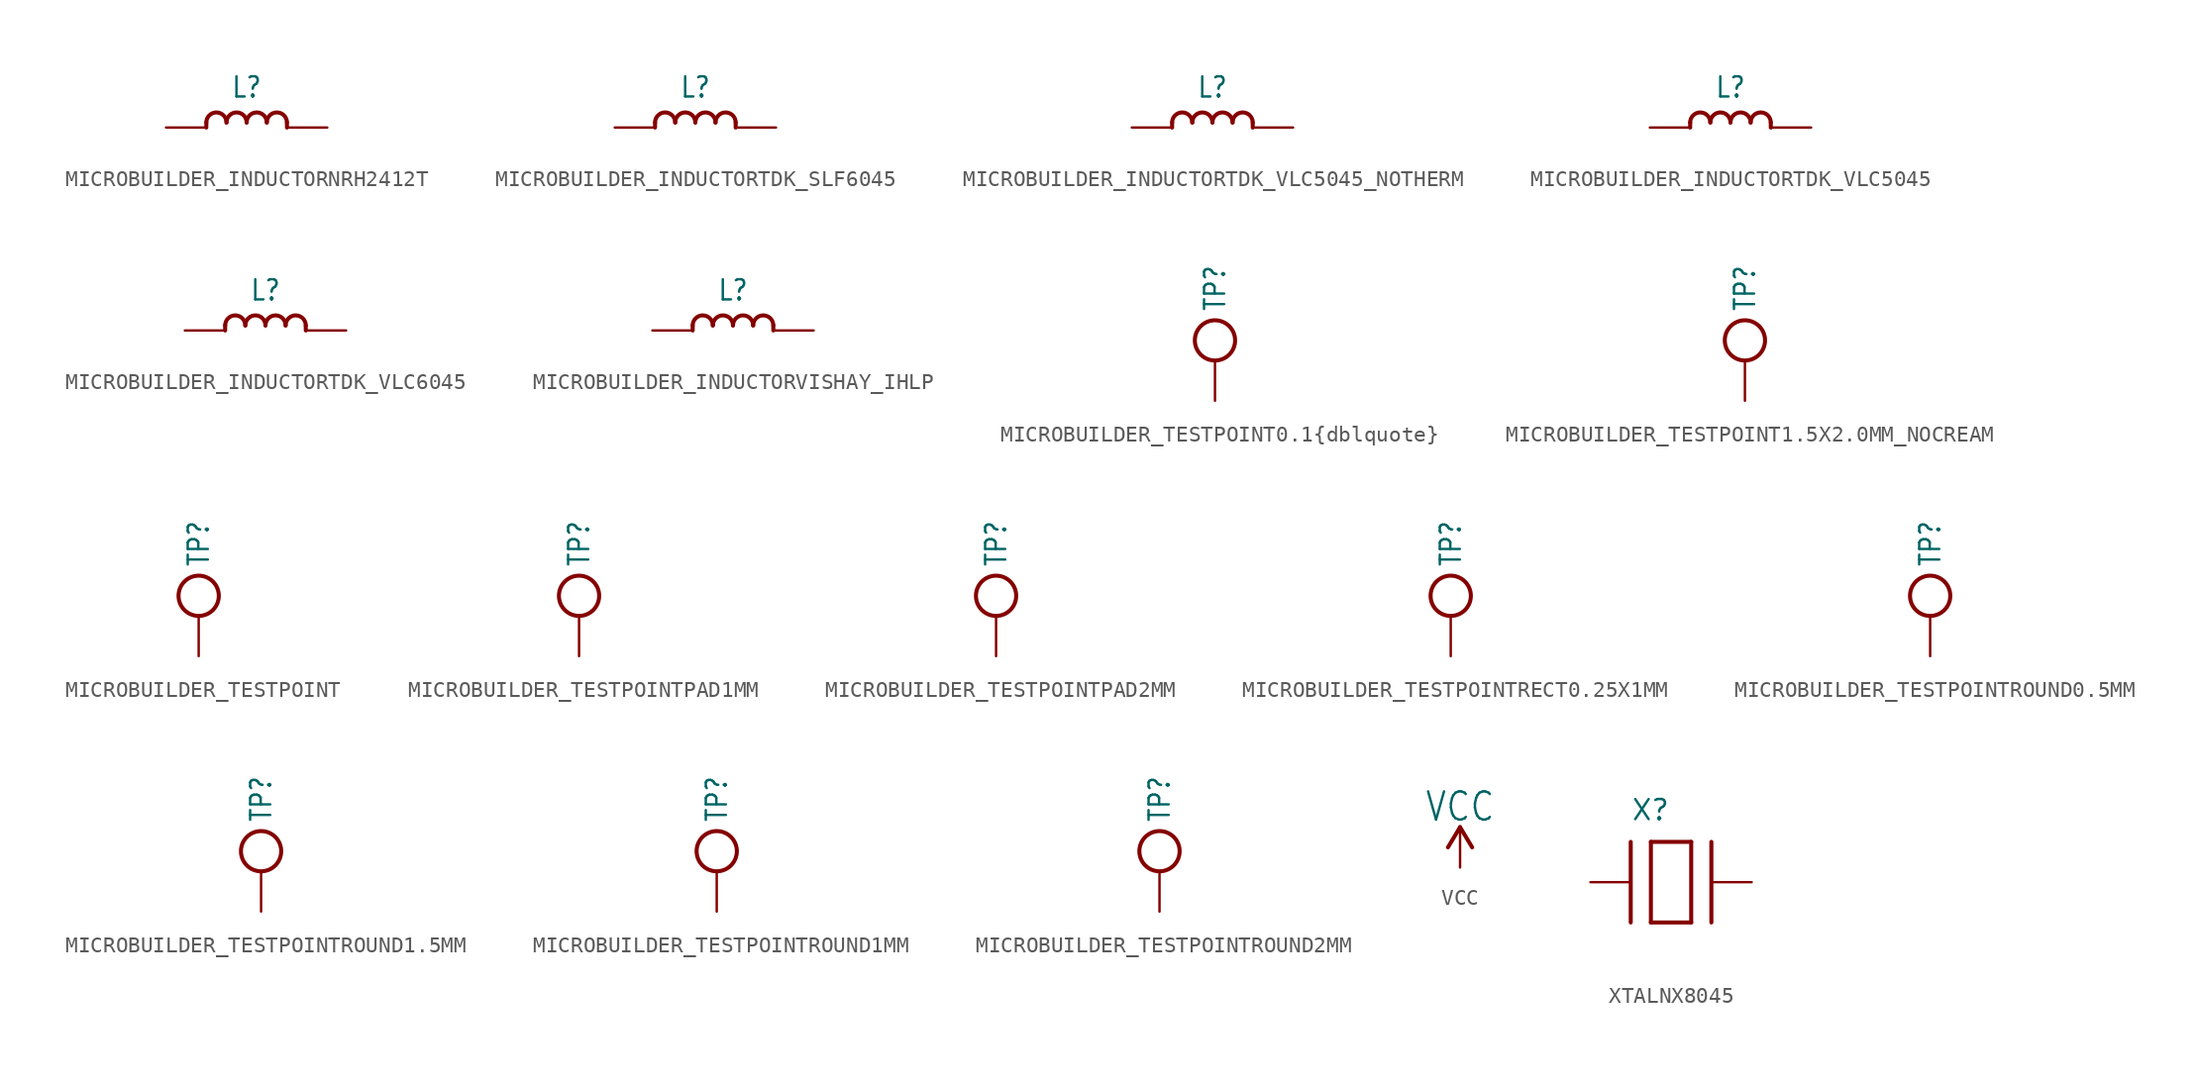
<source format=kicad_sym>
(kicad_symbol_lib
  (version 20220914)
  (generator kicad_symbol_editor)
  (symbol "MICROBUILDER_INDUCTORNRH2412T"
    (property "Reference" "L"
      (at 0 2.54 0)
      (effects (font (size 1.27 1.079))))
    (property "Value" ""
      (at 0 -1.54 0)
      (effects (font (size 1.27 1.079))))
    (property "ki_locked" ""
      (at 0 0 0)
      (effects (font (size 1.27 1.27))))
    (symbol "MICROBUILDER_INDUCTORNRH2412T_1_0"
      (arc (start -1.27 0.3173) (mid -1.9049 0.9497) (end -2.54 0.3175) (stroke (width 0.254) (type solid)) (fill (type none)))
      (polyline (pts (xy -2.54 0.318) (xy -2.54 0)) (stroke (width 0.254) (type solid)) (fill (type none)))
      (polyline (pts (xy 2.54 0.318) (xy 2.54 0)) (stroke (width 0.254) (type solid)) (fill (type none)))
      (arc (start 0 0.3173) (mid -0.6349 0.9497) (end -1.27 0.3175) (stroke (width 0.254) (type solid)) (fill (type none)))
      (arc (start 1.27 0.3173) (mid 0.6351 0.9497) (end 0 0.3175) (stroke (width 0.254) (type solid)) (fill (type none)))
      (arc (start 2.54 0.3173) (mid 1.9051 0.9497) (end 1.27 0.3175) (stroke (width 0.254) (type solid)) (fill (type none)))
      (pin passive line (at -5.08 0 0) (length 2.54) (name "1" (effects (font (size 0 0)))) (number "1" (effects (font (size 0 0)))))
      (pin passive line (at 5.08 0 180) (length 2.54) (name "2" (effects (font (size 0 0)))) (number "2" (effects (font (size 0 0)))))))
  (symbol "MICROBUILDER_INDUCTORTDK_SLF6045"
    (property "Reference" "L"
      (at 0 2.54 0)
      (effects (font (size 1.27 1.079))))
    (property "Value" ""
      (at 0 -1.54 0)
      (effects (font (size 1.27 1.079))))
    (property "ki_locked" ""
      (at 0 0 0)
      (effects (font (size 1.27 1.27))))
    (symbol "MICROBUILDER_INDUCTORTDK_SLF6045_1_0"
      (arc (start -1.27 0.3173) (mid -1.9049 0.9497) (end -2.54 0.3175) (stroke (width 0.254) (type solid)) (fill (type none)))
      (polyline (pts (xy -2.54 0.318) (xy -2.54 0)) (stroke (width 0.254) (type solid)) (fill (type none)))
      (polyline (pts (xy 2.54 0.318) (xy 2.54 0)) (stroke (width 0.254) (type solid)) (fill (type none)))
      (arc (start 0 0.3173) (mid -0.6349 0.9497) (end -1.27 0.3175) (stroke (width 0.254) (type solid)) (fill (type none)))
      (arc (start 1.27 0.3173) (mid 0.6351 0.9497) (end 0 0.3175) (stroke (width 0.254) (type solid)) (fill (type none)))
      (arc (start 2.54 0.3173) (mid 1.9051 0.9497) (end 1.27 0.3175) (stroke (width 0.254) (type solid)) (fill (type none)))
      (pin passive line (at -5.08 0 0) (length 2.54) (name "1" (effects (font (size 0 0)))) (number "P$1" (effects (font (size 0 0)))))
      (pin passive line (at 5.08 0 180) (length 2.54) (name "2" (effects (font (size 0 0)))) (number "P$2" (effects (font (size 0 0)))))))
  (symbol "MICROBUILDER_INDUCTORTDK_VLC5045_NOTHERM"
    (property "Reference" "L"
      (at 0 2.54 0)
      (effects (font (size 1.27 1.079))))
    (property "Value" ""
      (at 0 -1.54 0)
      (effects (font (size 1.27 1.079))))
    (property "ki_locked" ""
      (at 0 0 0)
      (effects (font (size 1.27 1.27))))
    (symbol "MICROBUILDER_INDUCTORTDK_VLC5045_NOTHERM_1_0"
      (arc (start -1.27 0.3173) (mid -1.9049 0.9497) (end -2.54 0.3175) (stroke (width 0.254) (type solid)) (fill (type none)))
      (polyline (pts (xy -2.54 0.318) (xy -2.54 0)) (stroke (width 0.254) (type solid)) (fill (type none)))
      (polyline (pts (xy 2.54 0.318) (xy 2.54 0)) (stroke (width 0.254) (type solid)) (fill (type none)))
      (arc (start 0 0.3173) (mid -0.6349 0.9497) (end -1.27 0.3175) (stroke (width 0.254) (type solid)) (fill (type none)))
      (arc (start 1.27 0.3173) (mid 0.6351 0.9497) (end 0 0.3175) (stroke (width 0.254) (type solid)) (fill (type none)))
      (arc (start 2.54 0.3173) (mid 1.9051 0.9497) (end 1.27 0.3175) (stroke (width 0.254) (type solid)) (fill (type none)))
      (pin passive line (at -5.08 0 0) (length 2.54) (name "1" (effects (font (size 0 0)))) (number "P$1" (effects (font (size 0 0)))))
      (pin passive line (at 5.08 0 180) (length 2.54) (name "2" (effects (font (size 0 0)))) (number "P$2" (effects (font (size 0 0)))))))
  (symbol "MICROBUILDER_INDUCTORTDK_VLC5045"
    (property "Reference" "L"
      (at 0 2.54 0)
      (effects (font (size 1.27 1.079))))
    (property "Value" ""
      (at 0 -1.54 0)
      (effects (font (size 1.27 1.079))))
    (property "ki_locked" ""
      (at 0 0 0)
      (effects (font (size 1.27 1.27))))
    (symbol "MICROBUILDER_INDUCTORTDK_VLC5045_1_0"
      (arc (start -1.27 0.3173) (mid -1.9049 0.9497) (end -2.54 0.3175) (stroke (width 0.254) (type solid)) (fill (type none)))
      (polyline (pts (xy -2.54 0.318) (xy -2.54 0)) (stroke (width 0.254) (type solid)) (fill (type none)))
      (polyline (pts (xy 2.54 0.318) (xy 2.54 0)) (stroke (width 0.254) (type solid)) (fill (type none)))
      (arc (start 0 0.3173) (mid -0.6349 0.9497) (end -1.27 0.3175) (stroke (width 0.254) (type solid)) (fill (type none)))
      (arc (start 1.27 0.3173) (mid 0.6351 0.9497) (end 0 0.3175) (stroke (width 0.254) (type solid)) (fill (type none)))
      (arc (start 2.54 0.3173) (mid 1.9051 0.9497) (end 1.27 0.3175) (stroke (width 0.254) (type solid)) (fill (type none)))
      (pin passive line (at -5.08 0 0) (length 2.54) (name "1" (effects (font (size 0 0)))) (number "P$1" (effects (font (size 0 0)))))
      (pin passive line (at 5.08 0 180) (length 2.54) (name "2" (effects (font (size 0 0)))) (number "P$2" (effects (font (size 0 0)))))))
  (symbol "MICROBUILDER_INDUCTORTDK_VLC6045"
    (property "Reference" "L"
      (at 0 2.54 0)
      (effects (font (size 1.27 1.079))))
    (property "Value" ""
      (at 0 -1.54 0)
      (effects (font (size 1.27 1.079))))
    (property "ki_locked" ""
      (at 0 0 0)
      (effects (font (size 1.27 1.27))))
    (symbol "MICROBUILDER_INDUCTORTDK_VLC6045_1_0"
      (arc (start -1.27 0.3173) (mid -1.9049 0.9497) (end -2.54 0.3175) (stroke (width 0.254) (type solid)) (fill (type none)))
      (polyline (pts (xy -2.54 0.318) (xy -2.54 0)) (stroke (width 0.254) (type solid)) (fill (type none)))
      (polyline (pts (xy 2.54 0.318) (xy 2.54 0)) (stroke (width 0.254) (type solid)) (fill (type none)))
      (arc (start 0 0.3173) (mid -0.6349 0.9497) (end -1.27 0.3175) (stroke (width 0.254) (type solid)) (fill (type none)))
      (arc (start 1.27 0.3173) (mid 0.6351 0.9497) (end 0 0.3175) (stroke (width 0.254) (type solid)) (fill (type none)))
      (arc (start 2.54 0.3173) (mid 1.9051 0.9497) (end 1.27 0.3175) (stroke (width 0.254) (type solid)) (fill (type none)))
      (pin passive line (at -5.08 0 0) (length 2.54) (name "1" (effects (font (size 0 0)))) (number "P$1" (effects (font (size 0 0)))))
      (pin passive line (at 5.08 0 180) (length 2.54) (name "2" (effects (font (size 0 0)))) (number "P$2" (effects (font (size 0 0)))))))
  (symbol "MICROBUILDER_INDUCTORVISHAY_IHLP"
    (property "Reference" "L"
      (at 0 2.54 0)
      (effects (font (size 1.27 1.079))))
    (property "Value" ""
      (at 0 -1.54 0)
      (effects (font (size 1.27 1.079))))
    (property "ki_locked" ""
      (at 0 0 0)
      (effects (font (size 1.27 1.27))))
    (symbol "MICROBUILDER_INDUCTORVISHAY_IHLP_1_0"
      (arc (start -1.27 0.3173) (mid -1.9049 0.9497) (end -2.54 0.3175) (stroke (width 0.254) (type solid)) (fill (type none)))
      (polyline (pts (xy -2.54 0.318) (xy -2.54 0)) (stroke (width 0.254) (type solid)) (fill (type none)))
      (polyline (pts (xy 2.54 0.318) (xy 2.54 0)) (stroke (width 0.254) (type solid)) (fill (type none)))
      (arc (start 0 0.3173) (mid -0.6349 0.9497) (end -1.27 0.3175) (stroke (width 0.254) (type solid)) (fill (type none)))
      (arc (start 1.27 0.3173) (mid 0.6351 0.9497) (end 0 0.3175) (stroke (width 0.254) (type solid)) (fill (type none)))
      (arc (start 2.54 0.3173) (mid 1.9051 0.9497) (end 1.27 0.3175) (stroke (width 0.254) (type solid)) (fill (type none)))
      (pin passive line (at -5.08 0 0) (length 2.54) (name "1" (effects (font (size 0 0)))) (number "1" (effects (font (size 0 0)))))
      (pin passive line (at 5.08 0 180) (length 2.54) (name "2" (effects (font (size 0 0)))) (number "2" (effects (font (size 0 0)))))))
  (symbol "MICROBUILDER_TESTPOINT0.1{dblquote}"
    (property "Reference" "TP"
      (at 0 5.588 90)
      (effects (font (size 1.27 1.079)) (justify left)))
    (property "Value" ""
      (at 1.651 5.588 90)
      (effects (font (size 1.27 1.079)) (justify left)))
    (property "ki_locked" ""
      (at 0 0 0)
      (effects (font (size 1.27 1.27))))
    (symbol "MICROBUILDER_TESTPOINT0.1{dblquote}_1_0"
      (circle (center 0 3.81) (radius 1.27) (stroke (width 0.254) (type solid)) (fill (type none)))
      (pin bidirectional line (at 0 0 90) (length 2.54) (name "P$1" (effects (font (size 0 0)))) (number "1" (effects (font (size 0 0)))))))
  (symbol "MICROBUILDER_TESTPOINT1.5X2.0MM_NOCREAM"
    (property "Reference" "TP"
      (at 0 5.588 90)
      (effects (font (size 1.27 1.079)) (justify left)))
    (property "Value" ""
      (at 1.651 5.588 90)
      (effects (font (size 1.27 1.079)) (justify left)))
    (property "ki_locked" ""
      (at 0 0 0)
      (effects (font (size 1.27 1.27))))
    (symbol "MICROBUILDER_TESTPOINT1.5X2.0MM_NOCREAM_1_0"
      (circle (center 0 3.81) (radius 1.27) (stroke (width 0.254) (type solid)) (fill (type none)))
      (pin bidirectional line (at 0 0 90) (length 2.54) (name "P$1" (effects (font (size 0 0)))) (number "P$1" (effects (font (size 0 0)))))))
  (symbol "MICROBUILDER_TESTPOINT"
    (property "Reference" "TP"
      (at 0 5.588 90)
      (effects (font (size 1.27 1.079)) (justify left)))
    (property "Value" ""
      (at 1.651 5.588 90)
      (effects (font (size 1.27 1.079)) (justify left)))
    (property "ki_locked" ""
      (at 0 0 0)
      (effects (font (size 1.27 1.27))))
    (symbol "MICROBUILDER_TESTPOINT_1_0"
      (circle (center 0 3.81) (radius 1.27) (stroke (width 0.254) (type solid)) (fill (type none)))
      (pin bidirectional line (at 0 0 90) (length 2.54) (name "P$1" (effects (font (size 0 0)))) (number "P$1" (effects (font (size 0 0)))))))
  (symbol "MICROBUILDER_TESTPOINTPAD1MM"
    (property "Reference" "TP"
      (at 0 5.588 90)
      (effects (font (size 1.27 1.079)) (justify left)))
    (property "Value" ""
      (at 1.651 5.588 90)
      (effects (font (size 1.27 1.079)) (justify left)))
    (property "ki_locked" ""
      (at 0 0 0)
      (effects (font (size 1.27 1.27))))
    (symbol "MICROBUILDER_TESTPOINTPAD1MM_1_0"
      (circle (center 0 3.81) (radius 1.27) (stroke (width 0.254) (type solid)) (fill (type none)))
      (pin bidirectional line (at 0 0 90) (length 2.54) (name "P$1" (effects (font (size 0 0)))) (number "P$1" (effects (font (size 0 0)))))))
  (symbol "MICROBUILDER_TESTPOINTPAD2MM"
    (property "Reference" "TP"
      (at 0 5.588 90)
      (effects (font (size 1.27 1.079)) (justify left)))
    (property "Value" ""
      (at 1.651 5.588 90)
      (effects (font (size 1.27 1.079)) (justify left)))
    (property "ki_locked" ""
      (at 0 0 0)
      (effects (font (size 1.27 1.27))))
    (symbol "MICROBUILDER_TESTPOINTPAD2MM_1_0"
      (circle (center 0 3.81) (radius 1.27) (stroke (width 0.254) (type solid)) (fill (type none)))
      (pin bidirectional line (at 0 0 90) (length 2.54) (name "P$1" (effects (font (size 0 0)))) (number "P$1" (effects (font (size 0 0)))))))
  (symbol "MICROBUILDER_TESTPOINTRECT0.25X1MM"
    (property "Reference" "TP"
      (at 0 5.588 90)
      (effects (font (size 1.27 1.079)) (justify left)))
    (property "Value" ""
      (at 1.651 5.588 90)
      (effects (font (size 1.27 1.079)) (justify left)))
    (property "ki_locked" ""
      (at 0 0 0)
      (effects (font (size 1.27 1.27))))
    (symbol "MICROBUILDER_TESTPOINTRECT0.25X1MM_1_0"
      (circle (center 0 3.81) (radius 1.27) (stroke (width 0.254) (type solid)) (fill (type none)))
      (pin bidirectional line (at 0 0 90) (length 2.54) (name "P$1" (effects (font (size 0 0)))) (number "P$1" (effects (font (size 0 0)))))))
  (symbol "MICROBUILDER_TESTPOINTROUND0.5MM"
    (property "Reference" "TP"
      (at 0 5.588 90)
      (effects (font (size 1.27 1.079)) (justify left)))
    (property "Value" ""
      (at 1.651 5.588 90)
      (effects (font (size 1.27 1.079)) (justify left)))
    (property "ki_locked" ""
      (at 0 0 0)
      (effects (font (size 1.27 1.27))))
    (symbol "MICROBUILDER_TESTPOINTROUND0.5MM_1_0"
      (circle (center 0 3.81) (radius 1.27) (stroke (width 0.254) (type solid)) (fill (type none)))
      (pin bidirectional line (at 0 0 90) (length 2.54) (name "P$1" (effects (font (size 0 0)))) (number "P$1" (effects (font (size 0 0)))))))
  (symbol "MICROBUILDER_TESTPOINTROUND1.5MM"
    (property "Reference" "TP"
      (at 0 5.588 90)
      (effects (font (size 1.27 1.079)) (justify left)))
    (property "Value" ""
      (at 1.651 5.588 90)
      (effects (font (size 1.27 1.079)) (justify left)))
    (property "ki_locked" ""
      (at 0 0 0)
      (effects (font (size 1.27 1.27))))
    (symbol "MICROBUILDER_TESTPOINTROUND1.5MM_1_0"
      (circle (center 0 3.81) (radius 1.27) (stroke (width 0.254) (type solid)) (fill (type none)))
      (pin bidirectional line (at 0 0 90) (length 2.54) (name "P$1" (effects (font (size 0 0)))) (number "P$1" (effects (font (size 0 0)))))))
  (symbol "MICROBUILDER_TESTPOINTROUND1MM"
    (property "Reference" "TP"
      (at 0 5.588 90)
      (effects (font (size 1.27 1.079)) (justify left)))
    (property "Value" ""
      (at 1.651 5.588 90)
      (effects (font (size 1.27 1.079)) (justify left)))
    (property "ki_locked" ""
      (at 0 0 0)
      (effects (font (size 1.27 1.27))))
    (symbol "MICROBUILDER_TESTPOINTROUND1MM_1_0"
      (circle (center 0 3.81) (radius 1.27) (stroke (width 0.254) (type solid)) (fill (type none)))
      (pin bidirectional line (at 0 0 90) (length 2.54) (name "P$1" (effects (font (size 0 0)))) (number "P$1" (effects (font (size 0 0)))))))
  (symbol "MICROBUILDER_TESTPOINTROUND2MM"
    (property "Reference" "TP"
      (at 0 5.588 90)
      (effects (font (size 1.27 1.079)) (justify left)))
    (property "Value" ""
      (at 1.651 5.588 90)
      (effects (font (size 1.27 1.079)) (justify left)))
    (property "ki_locked" ""
      (at 0 0 0)
      (effects (font (size 1.27 1.27))))
    (symbol "MICROBUILDER_TESTPOINTROUND2MM_1_0"
      (circle (center 0 3.81) (radius 1.27) (stroke (width 0.254) (type solid)) (fill (type none)))
      (pin bidirectional line (at 0 0 90) (length 2.54) (name "P$1" (effects (font (size 0 0)))) (number "P$1" (effects (font (size 0 0)))))))
  (symbol "VCC"
    (power)
    (property "Reference" "#SUPPLY"
      (at 0 0 0)
      (effects (font (size 1.27 1.27)) hide))
    (property "Value" "VCC"
      (at 0 2.794 0)
      (effects (font (size 1.778 1.511)) (justify bottom)))
    (property "ki_locked" ""
      (at 0 0 0)
      (effects (font (size 1.27 1.27))))
    (symbol "VCC_1_0"
      (polyline (pts (xy 0 2.54) (xy -0.762 1.27)) (stroke (width 0.254) (type solid)) (fill (type none)))
      (polyline (pts (xy 0.762 1.27) (xy 0 2.54)) (stroke (width 0.254) (type solid)) (fill (type none)))
      (pin power_in line (at 0 0 90) (length 2.54) (name "VCC" (effects (font (size 0 0)))) (number "1" (effects (font (size 0 0)))))))
  (symbol "XTALNX8045"
    (property "Reference" "X"
      (at -2.54 3.81 0)
      (effects (font (size 1.27 1.27)) (justify left bottom)))
    (property "Value" ""
      (at -3.81 -5.08 0)
      (effects (font (size 1.27 1.27)) (justify left bottom)))
    (property "ki_locked" ""
      (at 0 0 0)
      (effects (font (size 1.27 1.27))))
    (symbol "XTALNX8045_1_0"
      (polyline (pts (xy -2.54 2.54) (xy -2.54 -2.54)) (stroke (width 0.254) (type solid)) (fill (type none)))
      (polyline (pts (xy -1.27 -2.54) (xy 1.27 -2.54)) (stroke (width 0.254) (type solid)) (fill (type none)))
      (polyline (pts (xy -1.27 2.54) (xy -1.27 -2.54)) (stroke (width 0.254) (type solid)) (fill (type none)))
      (polyline (pts (xy 1.27 -2.54) (xy 1.27 2.54)) (stroke (width 0.254) (type solid)) (fill (type none)))
      (polyline (pts (xy 1.27 2.54) (xy -1.27 2.54)) (stroke (width 0.254) (type solid)) (fill (type none)))
      (polyline (pts (xy 2.54 2.54) (xy 2.54 -2.54)) (stroke (width 0.254) (type solid)) (fill (type none)))
      (pin bidirectional line (at -5.08 0 0) (length 2.54) (name "P$1" (effects (font (size 0 0)))) (number "P$1" (effects (font (size 0 0)))))
      (pin bidirectional line (at 5.08 0 180) (length 2.54) (name "P$2" (effects (font (size 0 0)))) (number "P$2" (effects (font (size 0 0))))))))
</source>
